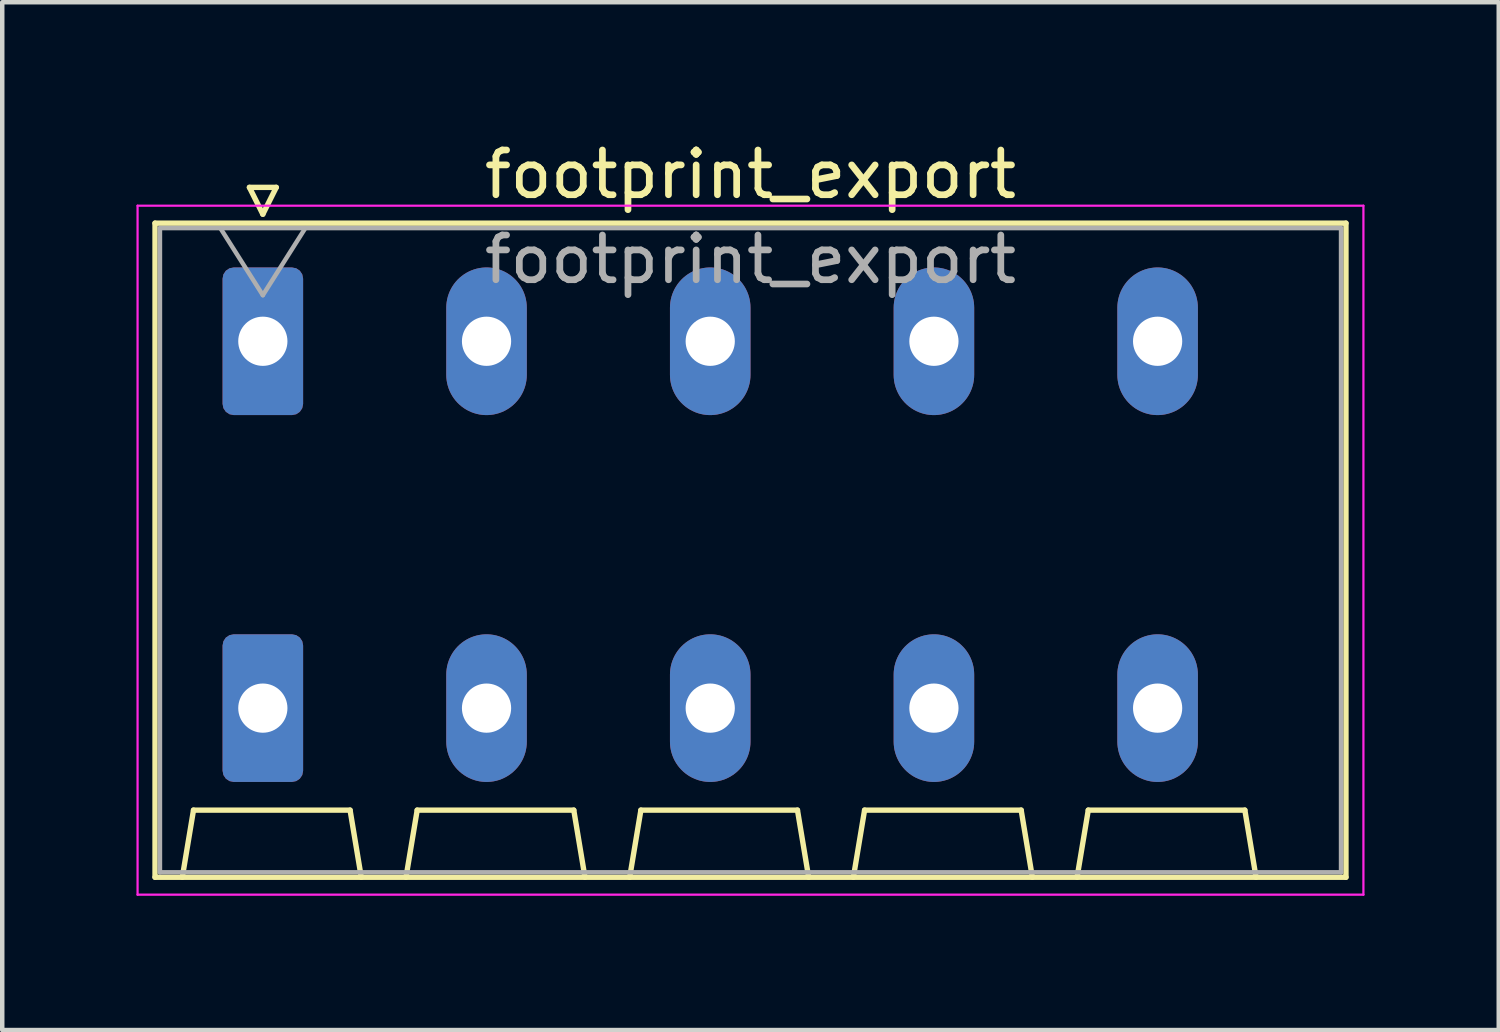
<source format=kicad_pcb>
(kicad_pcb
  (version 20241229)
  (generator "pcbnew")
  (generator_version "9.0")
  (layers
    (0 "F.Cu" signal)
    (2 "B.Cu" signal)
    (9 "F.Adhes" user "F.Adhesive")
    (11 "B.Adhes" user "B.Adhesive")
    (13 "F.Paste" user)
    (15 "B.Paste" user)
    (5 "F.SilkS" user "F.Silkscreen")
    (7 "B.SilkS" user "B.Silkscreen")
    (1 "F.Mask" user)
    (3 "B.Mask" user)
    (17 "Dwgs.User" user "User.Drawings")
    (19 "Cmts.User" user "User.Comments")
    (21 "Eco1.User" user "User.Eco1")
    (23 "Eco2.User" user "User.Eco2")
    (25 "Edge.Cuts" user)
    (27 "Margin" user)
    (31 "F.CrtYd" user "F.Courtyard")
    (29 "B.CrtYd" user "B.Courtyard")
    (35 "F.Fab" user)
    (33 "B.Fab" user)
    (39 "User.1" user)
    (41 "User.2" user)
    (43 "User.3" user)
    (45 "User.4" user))
  (footprint "footprint_export"
    (layer "F.Cu")
    (at 2.825 4.578)
    (property "Reference" "footprint_export" (at 10.9 -3.73 0) (layer "F.SilkS") (effects (font (size 1 1) (thickness 0.15))))
    (attr through_hole)
    (fp_line (start -2.41 -2.64) (end 24.21 -2.64) (stroke (width 0.12) (type solid)) (layer "F.SilkS"))
    (fp_line (start -2.41 11.98) (end -2.41 -2.64) (stroke (width 0.12) (type solid)) (layer "F.SilkS"))
    (fp_line (start -1.8 11.98) (end -1.55 10.48) (stroke (width 0.12) (type solid)) (layer "F.SilkS"))
    (fp_line (start -1.55 10.48) (end 1.95 10.48) (stroke (width 0.12) (type solid)) (layer "F.SilkS"))
    (fp_line (start -0.3 -3.44) (end 0 -2.84) (stroke (width 0.12) (type solid)) (layer "F.SilkS"))
    (fp_line (start -0.3 -3.44) (end 0.3 -3.44) (stroke (width 0.12) (type solid)) (layer "F.SilkS"))
    (fp_line (start 0.3 -3.44) (end 0 -2.84) (stroke (width 0.12) (type solid)) (layer "F.SilkS"))
    (fp_line (start 2.2 11.98) (end 1.95 10.48) (stroke (width 0.12) (type solid)) (layer "F.SilkS"))
    (fp_line (start 3.2 11.98) (end 3.45 10.48) (stroke (width 0.12) (type solid)) (layer "F.SilkS"))
    (fp_line (start 3.45 10.48) (end 6.95 10.48) (stroke (width 0.12) (type solid)) (layer "F.SilkS"))
    (fp_line (start 7.2 11.98) (end 6.95 10.48) (stroke (width 0.12) (type solid)) (layer "F.SilkS"))
    (fp_line (start 8.2 11.98) (end 8.45 10.48) (stroke (width 0.12) (type solid)) (layer "F.SilkS"))
    (fp_line (start 8.45 10.48) (end 11.95 10.48) (stroke (width 0.12) (type solid)) (layer "F.SilkS"))
    (fp_line (start 12.2 11.98) (end 11.95 10.48) (stroke (width 0.12) (type solid)) (layer "F.SilkS"))
    (fp_line (start 13.2 11.98) (end 13.45 10.48) (stroke (width 0.12) (type solid)) (layer "F.SilkS"))
    (fp_line (start 13.45 10.48) (end 16.95 10.48) (stroke (width 0.12) (type solid)) (layer "F.SilkS"))
    (fp_line (start 17.2 11.98) (end 16.95 10.48) (stroke (width 0.12) (type solid)) (layer "F.SilkS"))
    (fp_line (start 18.2 11.98) (end 18.45 10.48) (stroke (width 0.12) (type solid)) (layer "F.SilkS"))
    (fp_line (start 18.45 10.48) (end 21.95 10.48) (stroke (width 0.12) (type solid)) (layer "F.SilkS"))
    (fp_line (start 22.2 11.98) (end 21.95 10.48) (stroke (width 0.12) (type solid)) (layer "F.SilkS"))
    (fp_line (start 24.21 -2.64) (end 24.21 11.98) (stroke (width 0.12) (type solid)) (layer "F.SilkS"))
    (fp_line (start 24.21 11.98) (end -2.41 11.98) (stroke (width 0.12) (type solid)) (layer "F.SilkS"))
    (fp_line (start -2.8 -3.03) (end -2.8 12.37) (stroke (width 0.05) (type solid)) (layer "F.CrtYd"))
    (fp_line (start -2.8 12.37) (end 24.6 12.37) (stroke (width 0.05) (type solid)) (layer "F.CrtYd"))
    (fp_line (start 24.6 -3.03) (end -2.8 -3.03) (stroke (width 0.05) (type solid)) (layer "F.CrtYd"))
    (fp_line (start 24.6 12.37) (end 24.6 -3.03) (stroke (width 0.05) (type solid)) (layer "F.CrtYd"))
    (fp_line (start -2.3 -2.53) (end -2.3 11.87) (stroke (width 0.1) (type solid)) (layer "F.Fab"))
    (fp_line (start -2.3 11.87) (end 24.1 11.87) (stroke (width 0.1) (type solid)) (layer "F.Fab"))
    (fp_line (start -0.95 -2.53) (end 0 -1.03) (stroke (width 0.1) (type solid)) (layer "F.Fab"))
    (fp_line (start 0.95 -2.53) (end 0 -1.03) (stroke (width 0.1) (type solid)) (layer "F.Fab"))
    (fp_line (start 24.1 -2.53) (end -2.3 -2.53) (stroke (width 0.1) (type solid)) (layer "F.Fab"))
    (fp_line (start 24.1 11.87) (end 24.1 -2.53) (stroke (width 0.1) (type solid)) (layer "F.Fab"))
    (fp_text user "${REFERENCE}" (at 10.9 -1.83 0) (layer "F.Fab") (effects (font (size 1 1) (thickness 0.15))))
    (pad "1" thru_hole roundrect (at 0 0) (size 1.8 3.3) (drill 1.1) (layers "*.Cu" "*.Mask") (roundrect_rratio 0.139))
    (pad "1" thru_hole roundrect (at 0 8.2) (size 1.8 3.3) (drill 1.1) (layers "*.Cu" "*.Mask") (roundrect_rratio 0.139))
    (pad "2" thru_hole oval (at 5 0) (size 1.8 3.3) (drill 1.1) (layers "*.Cu" "*.Mask"))
    (pad "2" thru_hole oval (at 5 8.2) (size 1.8 3.3) (drill 1.1) (layers "*.Cu" "*.Mask"))
    (pad "3" thru_hole oval (at 10 0) (size 1.8 3.3) (drill 1.1) (layers "*.Cu" "*.Mask"))
    (pad "3" thru_hole oval (at 10 8.2) (size 1.8 3.3) (drill 1.1) (layers "*.Cu" "*.Mask"))
    (pad "4" thru_hole oval (at 15 0) (size 1.8 3.3) (drill 1.1) (layers "*.Cu" "*.Mask"))
    (pad "4" thru_hole oval (at 15 8.2) (size 1.8 3.3) (drill 1.1) (layers "*.Cu" "*.Mask"))
    (pad "5" thru_hole oval (at 20 0) (size 1.8 3.3) (drill 1.1) (layers "*.Cu" "*.Mask"))
    (pad "5" thru_hole oval (at 20 8.2) (size 1.8 3.3) (drill 1.1) (layers "*.Cu" "*.Mask")))
  (gr_rect
    (start -3 -3)
    (end 30.45 19.973)
    (stroke (width 0.1) (type default))
    (fill no)
    (layer "Edge.Cuts")))
</source>
